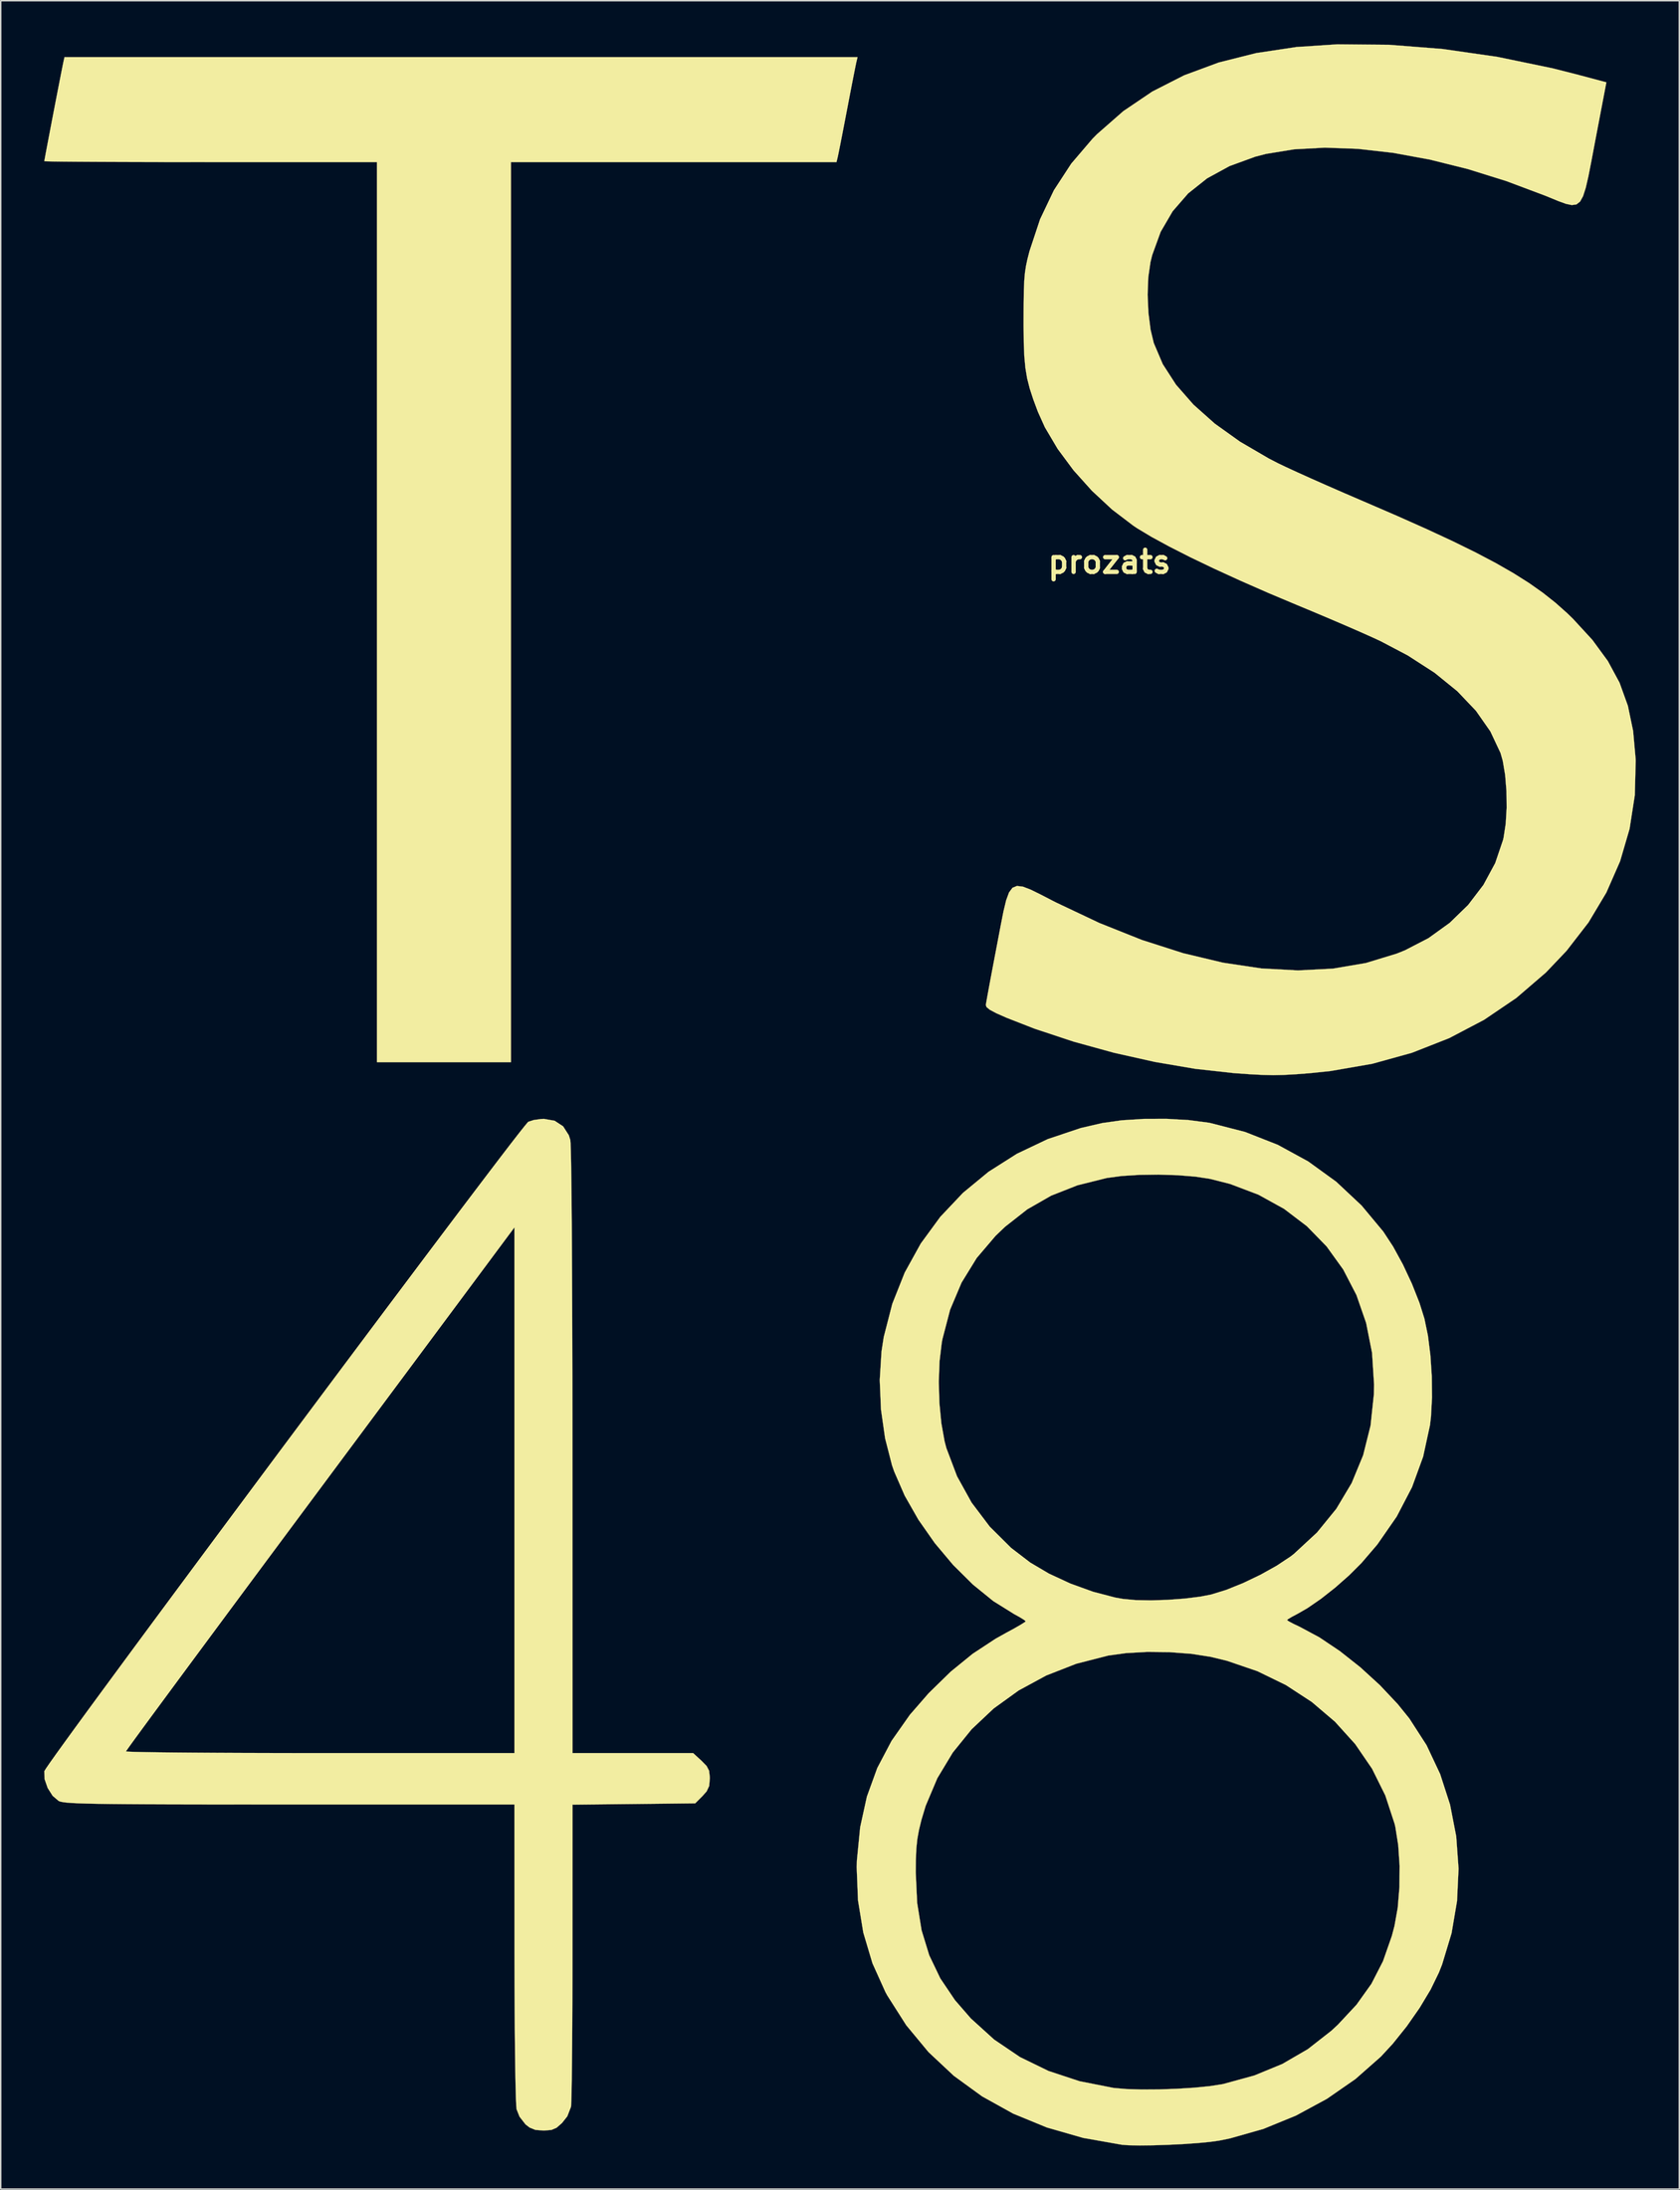
<source format=kicad_pcb>
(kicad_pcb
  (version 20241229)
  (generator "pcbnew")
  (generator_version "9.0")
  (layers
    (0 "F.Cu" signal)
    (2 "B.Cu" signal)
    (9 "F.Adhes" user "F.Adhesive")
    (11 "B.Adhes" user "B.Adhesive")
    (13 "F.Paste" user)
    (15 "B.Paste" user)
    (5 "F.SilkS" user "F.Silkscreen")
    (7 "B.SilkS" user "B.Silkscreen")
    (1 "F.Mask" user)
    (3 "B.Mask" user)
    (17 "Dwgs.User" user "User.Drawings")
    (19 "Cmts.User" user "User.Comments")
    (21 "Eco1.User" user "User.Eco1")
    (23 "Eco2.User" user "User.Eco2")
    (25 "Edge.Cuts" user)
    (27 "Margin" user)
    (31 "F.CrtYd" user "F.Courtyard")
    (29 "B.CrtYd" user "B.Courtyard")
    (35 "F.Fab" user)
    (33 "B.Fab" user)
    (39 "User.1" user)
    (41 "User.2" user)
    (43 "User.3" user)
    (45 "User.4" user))
  (footprint "quicksand48"
    (layer "F.Cu")
    (at 74.442 109.469)
    (property "Reference" "quicksand48" (at 0 0 0) (layer "F.SilkS") (effects (font (size 1.524 1.524) (thickness 0.3))))
    (attr through_hole)
    (fp_poly (pts (xy -39.25 -35.27) (xy -38.666 -34.884) (xy -38.274 -34.271) (xy -38.172 -33.944) (xy -38.154 -33.709) (xy -38.136 -33.18) (xy -38.119 -32.374) (xy -38.103 -31.304) (xy -38.088 -29.986) (xy -38.075 -28.433) (xy -38.063 -26.662) (xy -38.053 -24.686) (xy -38.044 -22.52) (xy -38.037 -20.18) (xy -38.031 -17.68) (xy -38.028 -15.035) (xy -38.027 -12.508) (xy -38.023 8.313) (xy -29.706 8.313) (xy -29.131 8.84) (xy -28.775 9.204) (xy -28.606 9.529) (xy -28.557 9.953) (xy -28.556 10.068) (xy -28.598 10.574) (xy -28.772 10.949) (xy -29.059 11.273) (xy -29.562 11.776) (xy -33.792 11.822) (xy -38.023 11.867) (xy -38.025 21.982) (xy -38.026 23.735) (xy -38.031 25.411) (xy -38.038 26.98) (xy -38.047 28.416) (xy -38.059 29.691) (xy -38.072 30.778) (xy -38.086 31.649) (xy -38.102 32.277) (xy -38.119 32.635) (xy -38.125 32.692) (xy -38.38 33.349) (xy -38.744 33.808) (xy -39.118 34.135) (xy -39.473 34.288) (xy -39.961 34.328) (xy -40.027 34.328) (xy -40.576 34.287) (xy -40.975 34.127) (xy -41.262 33.905) (xy -41.674 33.374) (xy -41.876 32.866) (xy -41.901 32.606) (xy -41.924 32.065) (xy -41.946 31.27) (xy -41.966 30.246) (xy -41.983 29.021) (xy -41.998 27.621) (xy -42.009 26.072) (xy -42.017 24.402) (xy -42.021 22.637) (xy -42.022 22.052) (xy -42.025 11.853) (xy -57.504 11.853) (xy -60.053 11.853) (xy -62.313 11.852) (xy -64.3 11.849) (xy -66.033 11.845) (xy -67.529 11.839) (xy -68.807 11.831) (xy -69.885 11.821) (xy -70.779 11.808) (xy -71.509 11.793) (xy -72.091 11.774) (xy -72.545 11.752) (xy -72.887 11.726) (xy -73.136 11.696) (xy -73.309 11.662) (xy -73.424 11.624) (xy -73.45 11.611) (xy -73.865 11.257) (xy -74.206 10.719) (xy -74.415 10.119) (xy -74.437 9.576) (xy -74.433 9.557) (xy -74.331 9.387) (xy -74.056 8.986) (xy -73.618 8.369) (xy -73.494 8.197) (xy -68.809 8.197) (xy -68.659 8.215) (xy -68.223 8.231) (xy -67.524 8.246) (xy -66.583 8.261) (xy -65.422 8.274) (xy -64.064 8.285) (xy -62.531 8.295) (xy -60.844 8.303) (xy -59.027 8.308) (xy -57.1 8.312) (xy -55.418 8.313) (xy -42.025 8.313) (xy -42.025 -27.921) (xy -42.705 -27.007) (xy -42.877 -26.775) (xy -43.223 -26.311) (xy -43.729 -25.63) (xy -44.386 -24.747) (xy -45.181 -23.678) (xy -46.104 -22.437) (xy -47.144 -21.04) (xy -48.288 -19.501) (xy -49.527 -17.835) (xy -50.849 -16.059) (xy -52.242 -14.186) (xy -53.696 -12.232) (xy -55.199 -10.211) (xy -56.096 -9.005) (xy -57.609 -6.97) (xy -59.071 -5.003) (xy -60.471 -3.117) (xy -61.799 -1.327) (xy -63.044 0.354) (xy -64.196 1.91) (xy -65.244 3.327) (xy -66.178 4.593) (xy -66.988 5.691) (xy -67.662 6.609) (xy -68.191 7.331) (xy -68.563 7.845) (xy -68.769 8.135) (xy -68.809 8.197) (xy -73.494 8.197) (xy -73.029 7.552) (xy -72.301 6.549) (xy -71.444 5.376) (xy -70.469 4.048) (xy -69.389 2.581) (xy -68.215 0.988) (xy -66.957 -0.714) (xy -65.627 -2.51) (xy -64.236 -4.386) (xy -62.797 -6.325) (xy -61.319 -8.313) (xy -59.814 -10.335) (xy -58.295 -12.376) (xy -56.771 -14.419) (xy -55.254 -16.451) (xy -53.756 -18.456) (xy -52.288 -20.418) (xy -50.861 -22.324) (xy -49.486 -24.156) (xy -48.176 -25.901) (xy -46.94 -27.543) (xy -45.791 -29.067) (xy -44.739 -30.457) (xy -43.797 -31.699) (xy -42.975 -32.778) (xy -42.285 -33.678) (xy -41.737 -34.383) (xy -41.344 -34.88) (xy -41.117 -35.153) (xy -41.067 -35.201) (xy -40.699 -35.321) (xy -40.19 -35.392) (xy -39.988 -35.401) (xy -39.25 -35.27)) (stroke (width 0.01) (type solid)) (fill yes) (layer "F.SilkS"))
    (fp_poly (pts (xy 4.456 -35.318) (xy 5.817 -35.14) (xy 5.96 -35.113) (xy 8.348 -34.499) (xy 10.599 -33.614) (xy 12.697 -32.468) (xy 14.629 -31.07) (xy 16.378 -29.43) (xy 17.878 -27.629) (xy 18.554 -26.597) (xy 19.228 -25.365) (xy 19.85 -24.037) (xy 20.372 -22.716) (xy 20.713 -21.628) (xy 20.954 -20.463) (xy 21.125 -19.101) (xy 21.221 -17.647) (xy 21.236 -16.205) (xy 21.165 -14.88) (xy 21.097 -14.296) (xy 20.625 -12.121) (xy 19.857 -10.014) (xy 18.802 -7.99) (xy 17.465 -6.064) (xy 16.374 -4.79) (xy 15.52 -3.938) (xy 14.564 -3.095) (xy 13.581 -2.321) (xy 12.649 -1.679) (xy 11.989 -1.299) (xy 11.575 -1.079) (xy 11.302 -0.914) (xy 11.238 -0.855) (xy 11.366 -0.764) (xy 11.7 -0.588) (xy 12.12 -0.388) (xy 13.467 0.334) (xy 14.881 1.282) (xy 16.295 2.4) (xy 17.647 3.636) (xy 18.87 4.935) (xy 19.672 5.927) (xy 20.86 7.769) (xy 21.798 9.76) (xy 22.48 11.866) (xy 22.905 14.051) (xy 23.066 16.28) (xy 22.96 18.517) (xy 22.584 20.729) (xy 21.933 22.878) (xy 21.709 23.443) (xy 21.141 24.61) (xy 20.382 25.873) (xy 19.493 27.146) (xy 18.532 28.344) (xy 17.712 29.232) (xy 15.956 30.78) (xy 13.987 32.145) (xy 11.854 33.299) (xy 9.609 34.218) (xy 7.302 34.873) (xy 6.542 35.027) (xy 5.902 35.115) (xy 5.054 35.195) (xy 4.072 35.262) (xy 3.033 35.314) (xy 2.009 35.347) (xy 1.078 35.358) (xy 0.314 35.344) (xy -0.154 35.309) (xy -2.815 34.838) (xy -5.314 34.121) (xy -7.639 33.165) (xy -9.782 31.975) (xy -11.732 30.558) (xy -13.479 28.922) (xy -15.013 27.071) (xy -16.324 25.013) (xy -16.449 24.784) (xy -17.342 22.804) (xy -17.975 20.683) (xy -18.34 18.458) (xy -18.415 16.548) (xy -14.358 16.548) (xy -14.261 18.638) (xy -13.956 20.525) (xy -13.429 22.246) (xy -12.666 23.839) (xy -11.654 25.341) (xy -10.56 26.601) (xy -8.952 28.059) (xy -7.168 29.266) (xy -5.206 30.222) (xy -3.065 30.929) (xy -0.743 31.387) (xy -0.693 31.394) (xy 0.153 31.468) (xy 1.213 31.501) (xy 2.402 31.494) (xy 3.635 31.451) (xy 4.828 31.376) (xy 5.895 31.271) (xy 6.752 31.139) (xy 6.85 31.119) (xy 8.986 30.534) (xy 10.915 29.74) (xy 12.671 28.721) (xy 14.288 27.457) (xy 14.741 27.038) (xy 16.031 25.655) (xy 17.057 24.216) (xy 17.857 22.656) (xy 18.468 20.91) (xy 18.649 20.221) (xy 18.872 18.971) (xy 18.989 17.554) (xy 19.001 16.08) (xy 18.906 14.658) (xy 18.706 13.395) (xy 18.658 13.192) (xy 18.014 11.23) (xy 17.101 9.39) (xy 15.938 7.691) (xy 14.546 6.151) (xy 12.946 4.789) (xy 11.157 3.622) (xy 9.2 2.67) (xy 7.094 1.95) (xy 5.972 1.679) (xy 4.635 1.47) (xy 3.142 1.357) (xy 1.606 1.34) (xy 0.141 1.422) (xy -1.089 1.591) (xy -3.297 2.158) (xy -5.361 2.965) (xy -7.263 3.997) (xy -8.983 5.238) (xy -10.503 6.669) (xy -11.804 8.276) (xy -12.868 10.042) (xy -13.674 11.949) (xy -13.967 12.92) (xy -14.136 13.613) (xy -14.249 14.239) (xy -14.317 14.893) (xy -14.35 15.673) (xy -14.358 16.548) (xy -18.415 16.548) (xy -18.43 16.165) (xy -18.414 15.702) (xy -18.19 13.423) (xy -17.727 11.314) (xy -17.011 9.341) (xy -16.027 7.472) (xy -14.763 5.673) (xy -13.47 4.188) (xy -11.954 2.706) (xy -10.436 1.47) (xy -8.849 0.427) (xy -8.135 0.029) (xy -7.563 -0.282) (xy -7.11 -0.543) (xy -6.834 -0.718) (xy -6.776 -0.77) (xy -6.9 -0.876) (xy -7.223 -1.074) (xy -7.582 -1.271) (xy -9.009 -2.161) (xy -10.423 -3.308) (xy -11.783 -4.658) (xy -13.047 -6.163) (xy -14.173 -7.771) (xy -15.12 -9.432) (xy -15.845 -11.094) (xy -15.994 -11.524) (xy -16.471 -13.383) (xy -16.755 -15.375) (xy -16.835 -17.274) (xy -12.77 -17.274) (xy -12.727 -15.817) (xy -12.592 -14.418) (xy -12.369 -13.175) (xy -12.246 -12.708) (xy -11.511 -10.766) (xy -10.507 -8.952) (xy -9.256 -7.296) (xy -7.781 -5.83) (xy -6.465 -4.821) (xy -5.172 -4.057) (xy -3.688 -3.37) (xy -2.128 -2.806) (xy -0.608 -2.409) (xy -0.077 -2.314) (xy 0.786 -2.233) (xy 1.85 -2.213) (xy 3.014 -2.249) (xy 4.178 -2.336) (xy 5.243 -2.468) (xy 6.004 -2.615) (xy 7.045 -2.936) (xy 8.212 -3.406) (xy 9.404 -3.977) (xy 10.523 -4.601) (xy 11.47 -5.228) (xy 11.712 -5.415) (xy 13.306 -6.891) (xy 14.636 -8.523) (xy 15.698 -10.302) (xy 16.488 -12.218) (xy 16.999 -14.26) (xy 17.228 -16.419) (xy 17.241 -17.087) (xy 17.102 -19.275) (xy 16.693 -21.336) (xy 16.026 -23.256) (xy 15.114 -25.017) (xy 13.97 -26.606) (xy 12.605 -28.005) (xy 11.032 -29.2) (xy 9.265 -30.175) (xy 7.315 -30.914) (xy 5.927 -31.266) (xy 4.914 -31.42) (xy 3.698 -31.518) (xy 2.38 -31.558) (xy 1.061 -31.541) (xy -0.159 -31.464) (xy -1.181 -31.327) (xy -1.193 -31.325) (xy -3.208 -30.822) (xy -5.02 -30.109) (xy -6.669 -29.164) (xy -8.195 -27.967) (xy -8.855 -27.337) (xy -10.155 -25.811) (xy -11.2 -24.113) (xy -11.989 -22.246) (xy -12.52 -20.212) (xy -12.565 -19.965) (xy -12.718 -18.689) (xy -12.77 -17.274) (xy -16.835 -17.274) (xy -16.84 -17.401) (xy -16.719 -19.362) (xy -16.565 -20.362) (xy -15.975 -22.653) (xy -15.118 -24.807) (xy -14.01 -26.811) (xy -12.666 -28.647) (xy -11.103 -30.3) (xy -9.337 -31.755) (xy -7.384 -32.995) (xy -5.259 -34.006) (xy -2.98 -34.77) (xy -1.501 -35.113) (xy -0.164 -35.302) (xy 1.351 -35.399) (xy 2.929 -35.404) (xy 4.456 -35.318)) (stroke (width 0.01) (type solid)) (fill yes) (layer "F.SilkS")))
  (footprint "prozats"
    (layer "F.Cu")
    (at 73.434 35.678)
    (property "Reference" "prozats" (at 0 0 0) (layer "F.SilkS") (effects (font (size 1.524 1.524) (thickness 0.3))))
    (attr through_hole)
    (fp_poly (pts (xy -17.445 -34.444) (xy -17.499 -34.188) (xy -17.6 -33.684) (xy -17.738 -32.984) (xy -17.901 -32.142) (xy -18.079 -31.213) (xy -18.087 -31.173) (xy -18.266 -30.241) (xy -18.43 -29.394) (xy -18.569 -28.687) (xy -18.672 -28.174) (xy -18.728 -27.907) (xy -18.73 -27.902) (xy -18.814 -27.555) (xy -41.256 -27.555) (xy -41.256 34.482) (xy -50.492 34.482) (xy -50.492 -27.555) (xy -61.961 -27.555) (xy -63.809 -27.556) (xy -65.566 -27.558) (xy -67.206 -27.562) (xy -68.706 -27.567) (xy -70.042 -27.573) (xy -71.191 -27.58) (xy -72.128 -27.588) (xy -72.829 -27.597) (xy -73.271 -27.607) (xy -73.429 -27.617) (xy -73.429 -27.617) (xy -73.401 -27.78) (xy -73.325 -28.192) (xy -73.21 -28.802) (xy -73.066 -29.555) (xy -72.905 -30.399) (xy -72.735 -31.282) (xy -72.567 -32.151) (xy -72.411 -32.953) (xy -72.277 -33.636) (xy -72.176 -34.146) (xy -72.118 -34.431) (xy -72.115 -34.444) (xy -72.038 -34.79) (xy -17.362 -34.79) (xy -17.445 -34.444)) (stroke (width 0.01) (type solid)) (fill yes) (layer "F.SilkS"))
    (fp_poly (pts (xy 19.289 -35.641) (xy 22.981 -35.351) (xy 26.749 -34.809) (xy 30.549 -34.021) (xy 32.179 -33.608) (xy 34.264 -33.052) (xy 33.487 -28.981) (xy 33.236 -27.649) (xy 33.029 -26.592) (xy 32.844 -25.788) (xy 32.659 -25.21) (xy 32.453 -24.835) (xy 32.201 -24.637) (xy 31.882 -24.593) (xy 31.474 -24.678) (xy 30.953 -24.868) (xy 30.299 -25.137) (xy 30.06 -25.235) (xy 27.367 -26.246) (xy 24.701 -27.078) (xy 22.09 -27.728) (xy 19.56 -28.193) (xy 17.14 -28.468) (xy 14.856 -28.551) (xy 12.736 -28.436) (xy 10.807 -28.122) (xy 10.061 -27.929) (xy 8.284 -27.281) (xy 6.739 -26.436) (xy 5.431 -25.396) (xy 4.362 -24.166) (xy 3.534 -22.747) (xy 2.952 -21.144) (xy 2.833 -20.659) (xy 2.682 -19.619) (xy 2.636 -18.42) (xy 2.691 -17.176) (xy 2.84 -16.004) (xy 3.06 -15.086) (xy 3.68 -13.629) (xy 4.596 -12.209) (xy 5.797 -10.839) (xy 7.27 -9.527) (xy 9.007 -8.285) (xy 10.994 -7.125) (xy 11.622 -6.801) (xy 12.165 -6.541) (xy 12.939 -6.184) (xy 13.893 -5.754) (xy 14.974 -5.275) (xy 16.131 -4.769) (xy 17.311 -4.26) (xy 17.549 -4.158) (xy 19.849 -3.164) (xy 21.883 -2.257) (xy 23.676 -1.424) (xy 25.253 -0.649) (xy 26.637 0.079) (xy 27.855 0.777) (xy 28.931 1.456) (xy 29.889 2.132) (xy 30.755 2.818) (xy 31.553 3.528) (xy 31.957 3.919) (xy 33.301 5.38) (xy 34.365 6.832) (xy 35.173 8.327) (xy 35.746 9.915) (xy 36.108 11.648) (xy 36.281 13.577) (xy 36.286 13.701) (xy 36.225 16.082) (xy 35.865 18.397) (xy 35.21 20.636) (xy 34.264 22.791) (xy 33.032 24.852) (xy 31.516 26.81) (xy 30.093 28.305) (xy 28.055 30.057) (xy 25.831 31.564) (xy 23.43 32.825) (xy 20.859 33.836) (xy 18.125 34.594) (xy 15.235 35.096) (xy 13.779 35.246) (xy 12.815 35.319) (xy 12.017 35.363) (xy 11.293 35.377) (xy 10.55 35.361) (xy 9.693 35.316) (xy 8.629 35.24) (xy 8.544 35.233) (xy 5.917 34.942) (xy 3.146 34.469) (xy 0.318 33.836) (xy -2.479 33.064) (xy -5.159 32.175) (xy -7.081 31.425) (xy -7.788 31.113) (xy -8.239 30.875) (xy -8.469 30.686) (xy -8.518 30.544) (xy -8.483 30.325) (xy -8.397 29.847) (xy -8.27 29.154) (xy -8.108 28.292) (xy -7.92 27.303) (xy -7.755 26.44) (xy -7.506 25.129) (xy -7.303 24.097) (xy -7.116 23.322) (xy -6.918 22.783) (xy -6.679 22.461) (xy -6.371 22.335) (xy -5.966 22.383) (xy -5.436 22.585) (xy -4.751 22.921) (xy -3.883 23.37) (xy -3.677 23.475) (xy -0.679 24.894) (xy 2.245 26.06) (xy 5.085 26.97) (xy 7.831 27.625) (xy 10.474 28.021) (xy 13.003 28.158) (xy 15.408 28.035) (xy 17.679 27.65) (xy 19.807 27.001) (xy 20.376 26.772) (xy 21.997 25.935) (xy 23.458 24.883) (xy 24.73 23.649) (xy 25.786 22.265) (xy 26.598 20.763) (xy 27.137 19.175) (xy 27.177 19.005) (xy 27.324 18.046) (xy 27.389 16.944) (xy 27.375 15.791) (xy 27.284 14.684) (xy 27.121 13.716) (xy 26.966 13.172) (xy 26.266 11.685) (xy 25.271 10.263) (xy 23.986 8.913) (xy 22.417 7.64) (xy 20.571 6.449) (xy 18.704 5.466) (xy 18.094 5.184) (xy 17.258 4.811) (xy 16.257 4.375) (xy 15.148 3.9) (xy 13.992 3.412) (xy 13.008 3.003) (xy 10.971 2.146) (xy 9.035 1.296) (xy 7.229 0.47) (xy 5.584 -0.319) (xy 4.13 -1.057) (xy 2.897 -1.728) (xy 1.915 -2.318) (xy 1.664 -2.484) (xy 0.188 -3.607) (xy -1.206 -4.903) (xy -2.474 -6.315) (xy -3.569 -7.791) (xy -4.448 -9.277) (xy -4.927 -10.34) (xy -5.249 -11.204) (xy -5.493 -11.953) (xy -5.671 -12.655) (xy -5.791 -13.375) (xy -5.865 -14.181) (xy -5.903 -15.138) (xy -5.915 -16.314) (xy -5.914 -16.779) (xy -5.909 -17.875) (xy -5.895 -18.724) (xy -5.868 -19.387) (xy -5.821 -19.926) (xy -5.749 -20.401) (xy -5.648 -20.874) (xy -5.511 -21.405) (xy -5.506 -21.424) (xy -4.779 -23.616) (xy -3.827 -25.613) (xy -2.629 -27.45) (xy -1.166 -29.162) (xy -0.853 -29.479) (xy 0.96 -31.067) (xy 2.96 -32.419) (xy 5.152 -33.536) (xy 7.536 -34.419) (xy 10.118 -35.069) (xy 12.899 -35.488) (xy 15.714 -35.673) (xy 19.289 -35.641)) (stroke (width 0.01) (type solid)) (fill yes) (layer "F.SilkS")))
  (gr_rect
    (start -3 -3)
    (end 112.725 147.832)
    (stroke (width 0.1) (type default))
    (fill no)
    (layer "Edge.Cuts")))
</source>
